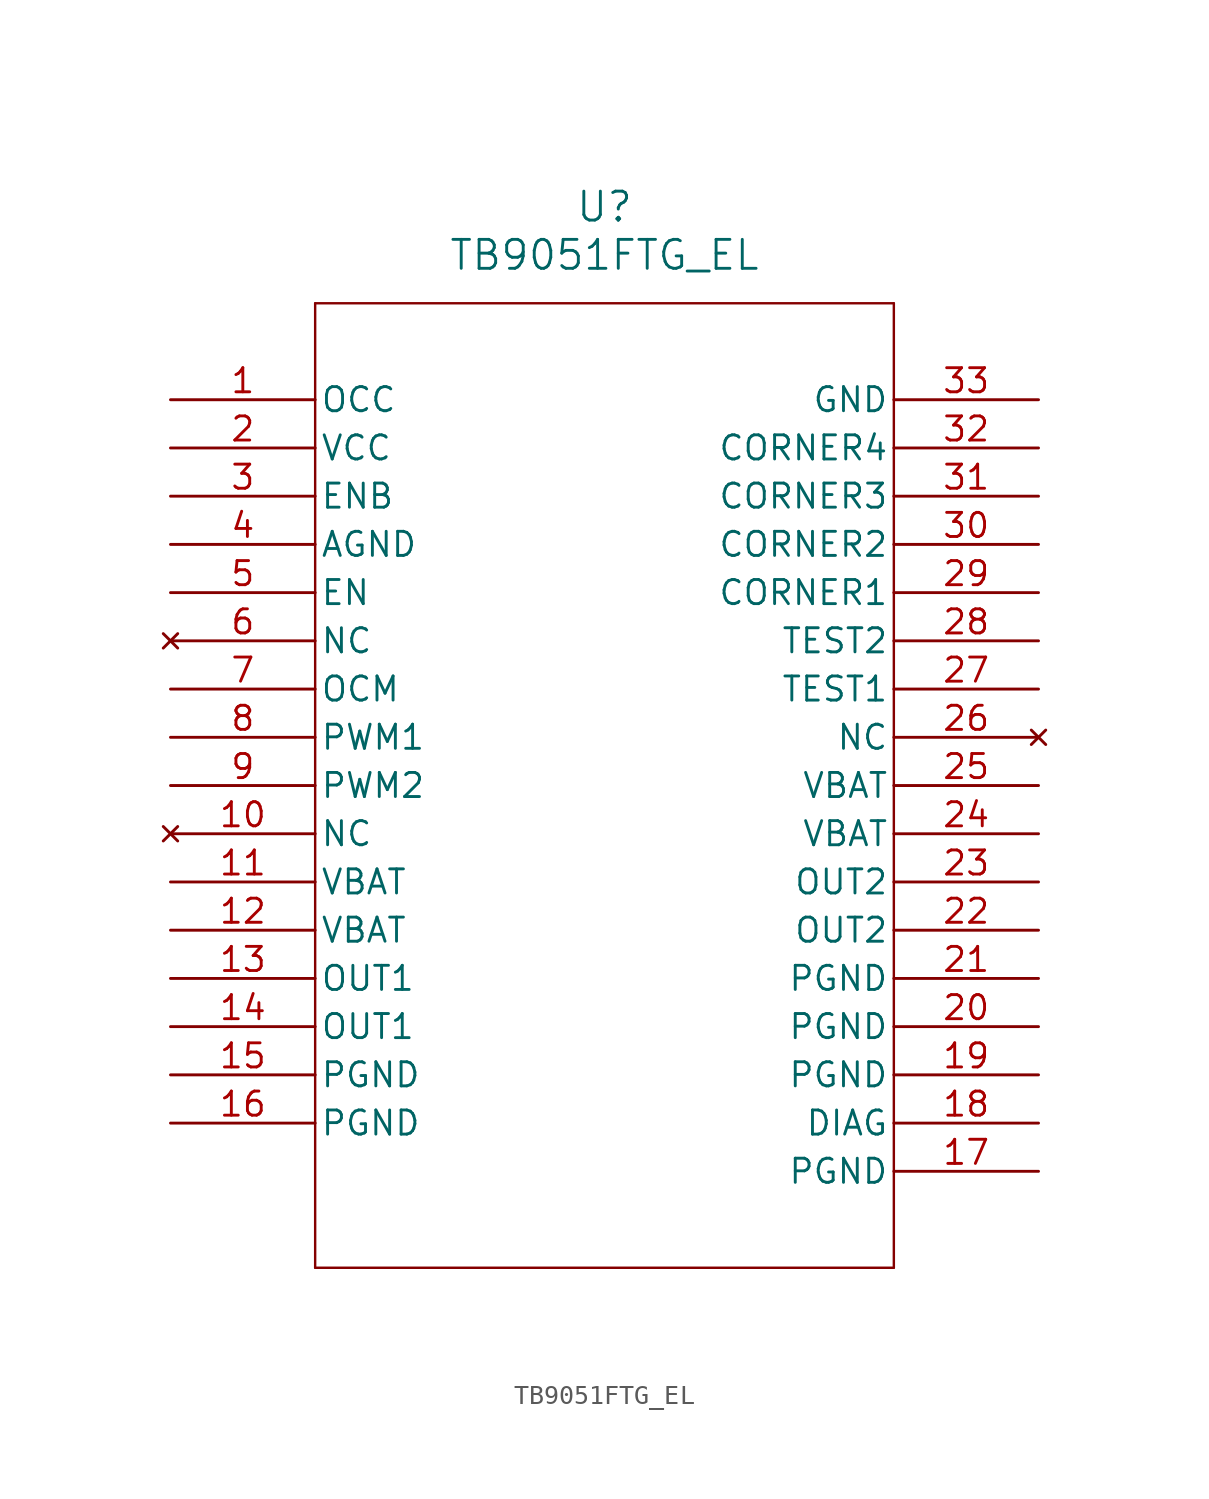
<source format=kicad_sym>
(kicad_symbol_lib
  (version 20211014)
  (generator kicad_symbol_editor)
  (symbol "TB9051FTG_EL"
    (pin_names
      (offset 0.254))
    (property "Reference" "U"
      (at 22.86 10.16 0)
      (effects (font (size 1.524 1.524))))
    (property "Value" "TB9051FTG_EL"
      (at 22.86 7.62 0)
      (effects (font (size 1.524 1.524))))
    (symbol "TB9051FTG_EL_0_1"
      (polyline (pts (xy 7.62 5.08) (xy 7.62 -45.72)) (stroke (width 0.127) (type default) (color 0 0 0 0)) (fill (type none)))
      (polyline (pts (xy 7.62 -45.72) (xy 38.1 -45.72)) (stroke (width 0.127) (type default) (color 0 0 0 0)) (fill (type none)))
      (polyline (pts (xy 38.1 -45.72) (xy 38.1 5.08)) (stroke (width 0.127) (type default) (color 0 0 0 0)) (fill (type none)))
      (polyline (pts (xy 38.1 5.08) (xy 7.62 5.08)) (stroke (width 0.127) (type default) (color 0 0 0 0)) (fill (type none)))
      (pin unspecified line (at 0 0 0) (length 7.62) (name "OCC" (effects (font (size 1.27 1.27)))) (number "1" (effects (font (size 1.27 1.27)))))
      (pin power_in line (at 0 -2.54 0) (length 7.62) (name "VCC" (effects (font (size 1.27 1.27)))) (number "2" (effects (font (size 1.27 1.27)))))
      (pin unspecified line (at 0 -5.08 0) (length 7.62) (name "ENB" (effects (font (size 1.27 1.27)))) (number "3" (effects (font (size 1.27 1.27)))))
      (pin power_out line (at 0 -7.62 0) (length 7.62) (name "AGND" (effects (font (size 1.27 1.27)))) (number "4" (effects (font (size 1.27 1.27)))))
      (pin unspecified line (at 0 -10.16 0) (length 7.62) (name "EN" (effects (font (size 1.27 1.27)))) (number "5" (effects (font (size 1.27 1.27)))))
      (pin no_connect line (at 0 -12.7 0) (length 7.62) (name "NC" (effects (font (size 1.27 1.27)))) (number "6" (effects (font (size 1.27 1.27)))))
      (pin unspecified line (at 0 -15.24 0) (length 7.62) (name "OCM" (effects (font (size 1.27 1.27)))) (number "7" (effects (font (size 1.27 1.27)))))
      (pin bidirectional line (at 0 -17.78 0) (length 7.62) (name "PWM1" (effects (font (size 1.27 1.27)))) (number "8" (effects (font (size 1.27 1.27)))))
      (pin bidirectional line (at 0 -20.32 0) (length 7.62) (name "PWM2" (effects (font (size 1.27 1.27)))) (number "9" (effects (font (size 1.27 1.27)))))
      (pin no_connect line (at 0 -22.86 0) (length 7.62) (name "NC" (effects (font (size 1.27 1.27)))) (number "10" (effects (font (size 1.27 1.27)))))
      (pin unspecified line (at 0 -25.4 0) (length 7.62) (name "VBAT" (effects (font (size 1.27 1.27)))) (number "11" (effects (font (size 1.27 1.27)))))
      (pin unspecified line (at 0 -27.94 0) (length 7.62) (name "VBAT" (effects (font (size 1.27 1.27)))) (number "12" (effects (font (size 1.27 1.27)))))
      (pin output line (at 0 -30.48 0) (length 7.62) (name "OUT1" (effects (font (size 1.27 1.27)))) (number "13" (effects (font (size 1.27 1.27)))))
      (pin output line (at 0 -33.02 0) (length 7.62) (name "OUT1" (effects (font (size 1.27 1.27)))) (number "14" (effects (font (size 1.27 1.27)))))
      (pin power_out line (at 0 -35.56 0) (length 7.62) (name "PGND" (effects (font (size 1.27 1.27)))) (number "15" (effects (font (size 1.27 1.27)))))
      (pin power_out line (at 0 -38.1 0) (length 7.62) (name "PGND" (effects (font (size 1.27 1.27)))) (number "16" (effects (font (size 1.27 1.27)))))
      (pin power_out line (at 45.72 -40.64 180) (length 7.62) (name "PGND" (effects (font (size 1.27 1.27)))) (number "17" (effects (font (size 1.27 1.27)))))
      (pin unspecified line (at 45.72 -38.1 180) (length 7.62) (name "DIAG" (effects (font (size 1.27 1.27)))) (number "18" (effects (font (size 1.27 1.27)))))
      (pin power_out line (at 45.72 -35.56 180) (length 7.62) (name "PGND" (effects (font (size 1.27 1.27)))) (number "19" (effects (font (size 1.27 1.27)))))
      (pin power_out line (at 45.72 -33.02 180) (length 7.62) (name "PGND" (effects (font (size 1.27 1.27)))) (number "20" (effects (font (size 1.27 1.27)))))
      (pin power_out line (at 45.72 -30.48 180) (length 7.62) (name "PGND" (effects (font (size 1.27 1.27)))) (number "21" (effects (font (size 1.27 1.27)))))
      (pin output line (at 45.72 -27.94 180) (length 7.62) (name "OUT2" (effects (font (size 1.27 1.27)))) (number "22" (effects (font (size 1.27 1.27)))))
      (pin output line (at 45.72 -25.4 180) (length 7.62) (name "OUT2" (effects (font (size 1.27 1.27)))) (number "23" (effects (font (size 1.27 1.27)))))
      (pin unspecified line (at 45.72 -22.86 180) (length 7.62) (name "VBAT" (effects (font (size 1.27 1.27)))) (number "24" (effects (font (size 1.27 1.27)))))
      (pin unspecified line (at 45.72 -20.32 180) (length 7.62) (name "VBAT" (effects (font (size 1.27 1.27)))) (number "25" (effects (font (size 1.27 1.27)))))
      (pin no_connect line (at 45.72 -17.78 180) (length 7.62) (name "NC" (effects (font (size 1.27 1.27)))) (number "26" (effects (font (size 1.27 1.27)))))
      (pin bidirectional line (at 45.72 -15.24 180) (length 7.62) (name "TEST1" (effects (font (size 1.27 1.27)))) (number "27" (effects (font (size 1.27 1.27)))))
      (pin bidirectional line (at 45.72 -12.7 180) (length 7.62) (name "TEST2" (effects (font (size 1.27 1.27)))) (number "28" (effects (font (size 1.27 1.27)))))
      (pin power_out line (at 45.72 -10.16 180) (length 7.62) (name "CORNER1" (effects (font (size 1.27 1.27)))) (number "29" (effects (font (size 1.27 1.27)))))
      (pin power_out line (at 45.72 -7.62 180) (length 7.62) (name "CORNER2" (effects (font (size 1.27 1.27)))) (number "30" (effects (font (size 1.27 1.27)))))
      (pin power_out line (at 45.72 -5.08 180) (length 7.62) (name "CORNER3" (effects (font (size 1.27 1.27)))) (number "31" (effects (font (size 1.27 1.27)))))
      (pin power_out line (at 45.72 -2.54 180) (length 7.62) (name "CORNER4" (effects (font (size 1.27 1.27)))) (number "32" (effects (font (size 1.27 1.27)))))
      (pin power_out line (at 45.72 0 180) (length 7.62) (name "GND" (effects (font (size 1.27 1.27)))) (number "33" (effects (font (size 1.27 1.27))))))))
</source>
